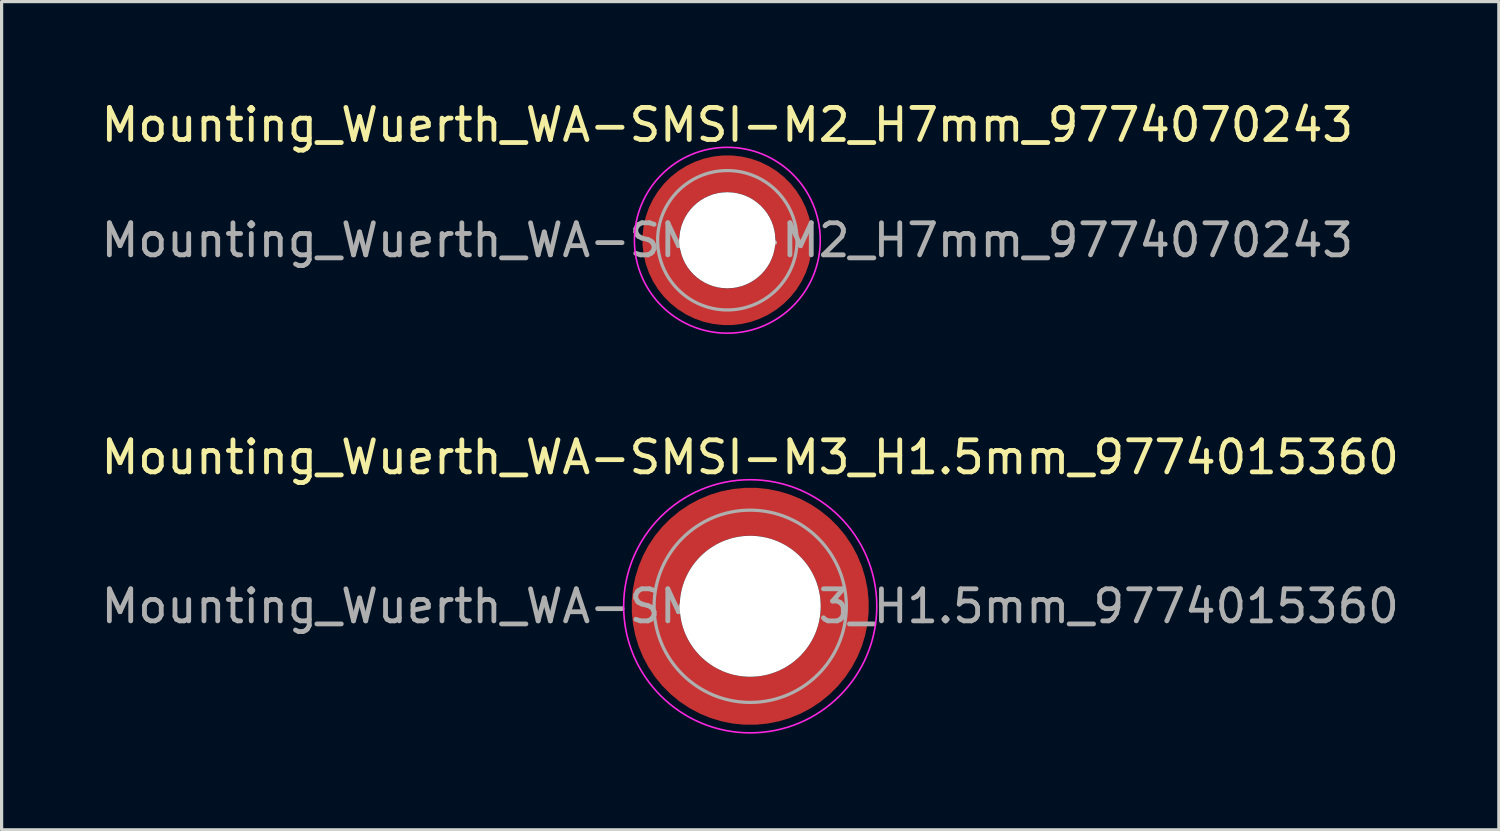
<source format=kicad_pcb>
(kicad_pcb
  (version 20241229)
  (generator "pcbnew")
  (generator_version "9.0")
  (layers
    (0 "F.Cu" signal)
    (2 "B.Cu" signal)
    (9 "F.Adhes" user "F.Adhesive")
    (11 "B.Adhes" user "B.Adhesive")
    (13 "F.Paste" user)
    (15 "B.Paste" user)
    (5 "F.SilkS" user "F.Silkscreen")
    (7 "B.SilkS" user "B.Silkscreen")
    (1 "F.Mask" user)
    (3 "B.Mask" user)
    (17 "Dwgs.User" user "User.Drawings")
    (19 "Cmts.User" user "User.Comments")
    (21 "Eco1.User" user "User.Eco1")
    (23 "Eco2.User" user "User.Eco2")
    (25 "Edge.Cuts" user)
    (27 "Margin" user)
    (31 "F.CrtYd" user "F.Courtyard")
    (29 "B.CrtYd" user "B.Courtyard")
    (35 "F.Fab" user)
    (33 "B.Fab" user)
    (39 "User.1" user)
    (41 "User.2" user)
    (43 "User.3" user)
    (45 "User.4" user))
  (footprint "Mounting_Wuerth_WA-SMSI-M3_H1.5mm_9774015360"
    (layer "F.Cu")
    (at 20.363 15.871)
    (property "Reference" "Mounting_Wuerth_WA-SMSI-M3_H1.5mm_9774015360" (at 0 -4.65 0) (layer "F.SilkS") (effects (font (size 1 1) (thickness 0.15))))
    (property "Mouser Part no." "" (at 0 0 0) (layer "F.Fab") (effects (font (size 1.27 1.27) (thickness 0.15))))
    (property "Mouser link" "" (at 0 0 0) (layer "F.Fab") (effects (font (size 1.27 1.27) (thickness 0.15))))
    (attr smd)
    (fp_circle (center 0 0) (end 3.95 0) (stroke (width 0.05) (type solid)) (fill no) (layer "F.CrtYd"))
    (fp_circle (center 0 0) (end 3 0) (stroke (width 0.1) (type solid)) (fill no) (layer "F.Fab"))
    (fp_text user "${REFERENCE}" (at 0 0 0) (layer "F.Fab") (effects (font (size 1 1) (thickness 0.15))))
    (pad "" smd custom (at -2.058 -2.058) (size 0.7 0.7) (layers "F.Paste") (options (anchor circle)) (primitives (gr_arc (start -0.377294 1.707681) (mid 0.317579 0.318817) (end 1.705947 -0.377044) (width 0.2)) (gr_arc (start -0.478281 1.707681) (mid 0.246161 0.248814) (end 1.703965 -0.477765) (width 0.2)) (gr_arc (start -0.579192 1.707681) (mid 0.175492 0.178063) (end 1.704077 -0.578711) (width 0.2)) (gr_arc (start -0.680037 1.707681) (mid 0.105568 0.106564) (end 1.706284 -0.679858) (width 0.2)) (gr_arc (start -0.780822 1.707681) (mid 0.034627 0.036085) (end 1.705634 -0.780569) (width 0.2)) (gr_arc (start -0.881554 1.707681) (mid -0.035694 -0.035016) (end 1.706729 -0.881441) (width 0.2)) (gr_arc (start -0.982237 1.707681) (mid -0.107281 -0.10485) (end 1.704266 -0.981842) (width 0.2)) (gr_arc (start -1.082877 1.707681) (mid -0.178372 -0.175181) (end 1.703197 -1.082374) (width 0.2)) (gr_arc (start -1.183476 1.707681) (mid -0.248964 -0.246008) (end 1.703525 -1.183025) (width 0.2)) (gr_arc (start -1.28404 1.707681) (mid -0.319062 -0.317333) (end 1.70525 -1.283784) (width 0.2)) (gr_line (start 1.708 -0.377) (end 1.708 -1.284) (width 0.2)) (gr_line (start -0.377 1.708) (end -1.284 1.708) (width 0.2))))
    (pad "" smd custom (at -2.058 2.058) (size 0.7 0.7) (layers "F.Paste") (options (anchor circle)) (primitives (gr_arc (start 1.707681 0.377294) (mid 0.318817 -0.317579) (end -0.377044 -1.705947) (width 0.2)) (gr_arc (start 1.707681 0.478281) (mid 0.248814 -0.246161) (end -0.477765 -1.703965) (width 0.2)) (gr_arc (start 1.707681 0.579192) (mid 0.178063 -0.175492) (end -0.578711 -1.704077) (width 0.2)) (gr_arc (start 1.707681 0.680037) (mid 0.106564 -0.105568) (end -0.679858 -1.706284) (width 0.2)) (gr_arc (start 1.707681 0.780822) (mid 0.036085 -0.034627) (end -0.780569 -1.705634) (width 0.2)) (gr_arc (start 1.707681 0.881554) (mid -0.035016 0.035694) (end -0.881441 -1.706729) (width 0.2)) (gr_arc (start 1.707681 0.982237) (mid -0.10485 0.107281) (end -0.981842 -1.704266) (width 0.2)) (gr_arc (start 1.707681 1.082877) (mid -0.175181 0.178372) (end -1.082374 -1.703197) (width 0.2)) (gr_arc (start 1.707681 1.183476) (mid -0.246008 0.248964) (end -1.183025 -1.703525) (width 0.2)) (gr_arc (start 1.707681 1.28404) (mid -0.317333 0.319062) (end -1.283784 -1.70525) (width 0.2)) (gr_line (start -0.377 -1.708) (end -1.284 -1.708) (width 0.2)) (gr_line (start 1.708 0.377) (end 1.708 1.284) (width 0.2))))
    (pad "" np_thru_hole circle (at 0 0) (size 4.4 4.4) (drill 4.4) (layers "*.Cu" "*.Mask"))
    (pad "" smd custom (at 2.058 -2.058) (size 0.7 0.7) (layers "F.Paste") (options (anchor circle)) (primitives (gr_arc (start -1.707681 -0.377294) (mid -0.318817 0.317579) (end 0.377044 1.705947) (width 0.2)) (gr_arc (start -1.707681 -0.478281) (mid -0.248814 0.246161) (end 0.477765 1.703965) (width 0.2)) (gr_arc (start -1.707681 -0.579192) (mid -0.178063 0.175492) (end 0.578711 1.704077) (width 0.2)) (gr_arc (start -1.707681 -0.680037) (mid -0.106564 0.105568) (end 0.679858 1.706284) (width 0.2)) (gr_arc (start -1.707681 -0.780822) (mid -0.036085 0.034627) (end 0.780569 1.705634) (width 0.2)) (gr_arc (start -1.707681 -0.881554) (mid 0.035016 -0.035694) (end 0.881441 1.706729) (width 0.2)) (gr_arc (start -1.707681 -0.982237) (mid 0.10485 -0.107281) (end 0.981842 1.704266) (width 0.2)) (gr_arc (start -1.707681 -1.082877) (mid 0.175181 -0.178372) (end 1.082374 1.703197) (width 0.2)) (gr_arc (start -1.707681 -1.183476) (mid 0.246008 -0.248964) (end 1.183025 1.703525) (width 0.2)) (gr_arc (start -1.707681 -1.28404) (mid 0.317333 -0.319062) (end 1.283784 1.70525) (width 0.2)) (gr_line (start 0.377 1.708) (end 1.284 1.708) (width 0.2)) (gr_line (start -1.708 -0.377) (end -1.708 -1.284) (width 0.2))))
    (pad "" smd custom (at 2.058 2.058) (size 0.7 0.7) (layers "F.Paste") (options (anchor circle)) (primitives (gr_arc (start 0.377294 -1.707681) (mid -0.317579 -0.318817) (end -1.705947 0.377044) (width 0.2)) (gr_arc (start 0.478281 -1.707681) (mid -0.246161 -0.248814) (end -1.703965 0.477765) (width 0.2)) (gr_arc (start 0.579192 -1.707681) (mid -0.175492 -0.178063) (end -1.704077 0.578711) (width 0.2)) (gr_arc (start 0.680037 -1.707681) (mid -0.105568 -0.106564) (end -1.706284 0.679858) (width 0.2)) (gr_arc (start 0.780822 -1.707681) (mid -0.034627 -0.036085) (end -1.705634 0.780569) (width 0.2)) (gr_arc (start 0.881554 -1.707681) (mid 0.035694 0.035016) (end -1.706729 0.881441) (width 0.2)) (gr_arc (start 0.982237 -1.707681) (mid 0.107281 0.10485) (end -1.704266 0.981842) (width 0.2)) (gr_arc (start 1.082877 -1.707681) (mid 0.178372 0.175181) (end -1.703197 1.082374) (width 0.2)) (gr_arc (start 1.183476 -1.707681) (mid 0.248964 0.246008) (end -1.703525 1.183025) (width 0.2)) (gr_arc (start 1.28404 -1.707681) (mid 0.319062 0.317333) (end -1.70525 1.283784) (width 0.2)) (gr_line (start -1.708 0.377) (end -1.708 1.284) (width 0.2)) (gr_line (start 0.377 -1.708) (end 1.284 -1.708) (width 0.2))))
    (pad "1" smd circle (at -2.95 0) (size 1.1 1.1) (layers "F.Cu"))
    (pad "1" smd circle (at 0 -2.95) (size 1.1 1.1) (layers "F.Cu"))
    (pad "1" smd circle (at 0 2.95) (size 1.1 1.1) (layers "F.Cu"))
    (pad "1" smd custom (at 2.95 0) (size 1.1 1.1) (layers "F.Cu" "F.Mask") (options (anchor circle)) (primitives (gr_circle (center -2.95 0) (end 0 0) (width 1.5) (fill no)))))
  (footprint "Mounting_Wuerth_WA-SMSI-M2_H7mm_9774070243"
    (layer "F.Cu")
    (at 19.649 4.448)
    (property "Reference" "Mounting_Wuerth_WA-SMSI-M2_H7mm_9774070243" (at 0 -3.6 0) (layer "F.SilkS") (effects (font (size 1 1) (thickness 0.15))))
    (property "Mouser Part no." "" (at 0 0 0) (layer "F.Fab") (effects (font (size 1.27 1.27) (thickness 0.15))))
    (property "Mouser link" "" (at 0 0 0) (layer "F.Fab") (effects (font (size 1.27 1.27) (thickness 0.15))))
    (attr smd)
    (fp_circle (center 0 0) (end 2.9 0) (stroke (width 0.05) (type solid)) (fill no) (layer "F.CrtYd"))
    (fp_circle (center 0 0) (end 2.175 0) (stroke (width 0.1) (type solid)) (fill no) (layer "F.Fab"))
    (fp_text user "${REFERENCE}" (at 0 0 0) (layer "F.Fab") (effects (font (size 1 1) (thickness 0.15))))
    (pad "" smd custom (at -1.453 -1.453) (size 0.61 0.61) (layers "F.Paste") (options (anchor circle)) (primitives (gr_arc (start -0.147677 1.053104) (mid 0.285964 0.286792) (end 1.051968 -0.147393) (width 0.2)) (gr_arc (start -0.240295 1.053104) (mid 0.22253 0.222946) (end 1.052531 -0.24016) (width 0.2)) (gr_arc (start -0.332645 1.053104) (mid 0.158548 0.15965) (end 1.051583 -0.332304) (width 0.2)) (gr_arc (start -0.424767 1.053104) (mid 0.09486 0.096059) (end 1.051446 -0.424413) (width 0.2)) (gr_arc (start -0.516693 1.053104) (mid 0.031293 0.032346) (end 1.051645 -0.516396) (width 0.2)) (gr_arc (start -0.608448 1.053104) (mid -0.032323 -0.031316) (end 1.051707 -0.608176) (width 0.2)) (gr_arc (start -0.700056 1.053104) (mid -0.09616 -0.094758) (end 1.051155 -0.699693) (width 0.2)) (gr_arc (start -0.791534 1.053104) (mid -0.160388 -0.15781) (end 1.049515 -0.790891) (width 0.2)) (gr_arc (start -0.882896 1.053104) (mid -0.223713 -0.221764) (end 1.050388 -0.882429) (width 0.2)) (gr_arc (start -0.974157 1.053104) (mid -0.287654 -0.285101) (end 1.049541 -0.973567) (width 0.2)) (gr_line (start 1.053 -0.148) (end 1.053 -0.974) (width 0.2)) (gr_line (start -0.148 1.053) (end -0.974 1.053) (width 0.2))))
    (pad "" smd custom (at -1.453 1.453) (size 0.61 0.61) (layers "F.Paste") (options (anchor circle)) (primitives (gr_arc (start 1.053104 0.147677) (mid 0.286792 -0.285964) (end -0.147393 -1.051968) (width 0.2)) (gr_arc (start 1.053104 0.240295) (mid 0.222946 -0.22253) (end -0.24016 -1.052531) (width 0.2)) (gr_arc (start 1.053104 0.332645) (mid 0.15965 -0.158548) (end -0.332304 -1.051583) (width 0.2)) (gr_arc (start 1.053104 0.424767) (mid 0.096059 -0.09486) (end -0.424413 -1.051446) (width 0.2)) (gr_arc (start 1.053104 0.516693) (mid 0.032346 -0.031293) (end -0.516396 -1.051645) (width 0.2)) (gr_arc (start 1.053104 0.608448) (mid -0.031316 0.032323) (end -0.608176 -1.051707) (width 0.2)) (gr_arc (start 1.053104 0.700056) (mid -0.094758 0.09616) (end -0.699693 -1.051155) (width 0.2)) (gr_arc (start 1.053104 0.791534) (mid -0.15781 0.160388) (end -0.790891 -1.049515) (width 0.2)) (gr_arc (start 1.053104 0.882896) (mid -0.221764 0.223713) (end -0.882429 -1.050388) (width 0.2)) (gr_arc (start 1.053104 0.974157) (mid -0.285101 0.287654) (end -0.973567 -1.049541) (width 0.2)) (gr_line (start -0.148 -1.053) (end -0.974 -1.053) (width 0.2)) (gr_line (start 1.053 0.148) (end 1.053 0.974) (width 0.2))))
    (pad "" np_thru_hole circle (at 0 0) (size 3 3) (drill 3) (layers "*.Cu" "*.Mask"))
    (pad "" smd custom (at 1.453 -1.453) (size 0.61 0.61) (layers "F.Paste") (options (anchor circle)) (primitives (gr_arc (start -1.053104 -0.147677) (mid -0.286792 0.285964) (end 0.147393 1.051968) (width 0.2)) (gr_arc (start -1.053104 -0.240295) (mid -0.222946 0.22253) (end 0.24016 1.052531) (width 0.2)) (gr_arc (start -1.053104 -0.332645) (mid -0.15965 0.158548) (end 0.332304 1.051583) (width 0.2)) (gr_arc (start -1.053104 -0.424767) (mid -0.096059 0.09486) (end 0.424413 1.051446) (width 0.2)) (gr_arc (start -1.053104 -0.516693) (mid -0.032346 0.031293) (end 0.516396 1.051645) (width 0.2)) (gr_arc (start -1.053104 -0.608448) (mid 0.031316 -0.032323) (end 0.608176 1.051707) (width 0.2)) (gr_arc (start -1.053104 -0.700056) (mid 0.094758 -0.09616) (end 0.699693 1.051155) (width 0.2)) (gr_arc (start -1.053104 -0.791534) (mid 0.15781 -0.160388) (end 0.790891 1.049515) (width 0.2)) (gr_arc (start -1.053104 -0.882896) (mid 0.221764 -0.223713) (end 0.882429 1.050388) (width 0.2)) (gr_arc (start -1.053104 -0.974157) (mid 0.285101 -0.287654) (end 0.973567 1.049541) (width 0.2)) (gr_line (start 0.148 1.053) (end 0.974 1.053) (width 0.2)) (gr_line (start -1.053 -0.148) (end -1.053 -0.974) (width 0.2))))
    (pad "" smd custom (at 1.453 1.453) (size 0.61 0.61) (layers "F.Paste") (options (anchor circle)) (primitives (gr_arc (start 0.147677 -1.053104) (mid -0.285964 -0.286792) (end -1.051968 0.147393) (width 0.2)) (gr_arc (start 0.240295 -1.053104) (mid -0.22253 -0.222946) (end -1.052531 0.24016) (width 0.2)) (gr_arc (start 0.332645 -1.053104) (mid -0.158548 -0.15965) (end -1.051583 0.332304) (width 0.2)) (gr_arc (start 0.424767 -1.053104) (mid -0.09486 -0.096059) (end -1.051446 0.424413) (width 0.2)) (gr_arc (start 0.516693 -1.053104) (mid -0.031293 -0.032346) (end -1.051645 0.516396) (width 0.2)) (gr_arc (start 0.608448 -1.053104) (mid 0.032323 0.031316) (end -1.051707 0.608176) (width 0.2)) (gr_arc (start 0.700056 -1.053104) (mid 0.09616 0.094758) (end -1.051155 0.699693) (width 0.2)) (gr_arc (start 0.791534 -1.053104) (mid 0.160388 0.15781) (end -1.049515 0.790891) (width 0.2)) (gr_arc (start 0.882896 -1.053104) (mid 0.223713 0.221764) (end -1.050388 0.882429) (width 0.2)) (gr_arc (start 0.974157 -1.053104) (mid 0.287654 0.285101) (end -1.049541 0.973567) (width 0.2)) (gr_line (start -1.053 0.148) (end -1.053 0.974) (width 0.2)) (gr_line (start 0.148 -1.053) (end 0.974 -1.053) (width 0.2))))
    (pad "1" smd circle (at -2.075 0) (size 0.75 0.75) (layers "F.Cu"))
    (pad "1" smd circle (at 0 -2.075) (size 0.75 0.75) (layers "F.Cu"))
    (pad "1" smd circle (at 0 2.075) (size 0.75 0.75) (layers "F.Cu"))
    (pad "1" smd custom (at 2.075 0) (size 0.75 0.75) (layers "F.Cu" "F.Mask") (options (anchor circle)) (primitives (gr_circle (center -2.075 0) (end 0 0) (width 1.15) (fill no)))))
  (gr_rect
    (start -3 -3)
    (end 43.726 22.846)
    (stroke (width 0.1) (type default))
    (fill no)
    (layer "Edge.Cuts")))
</source>
